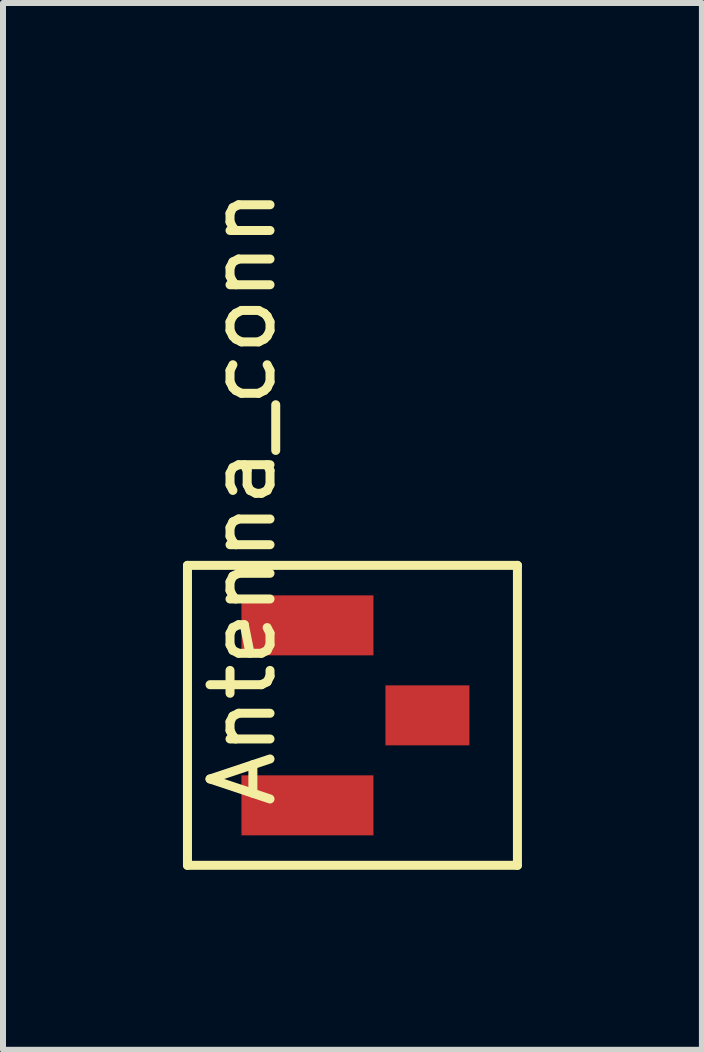
<source format=kicad_pcb>
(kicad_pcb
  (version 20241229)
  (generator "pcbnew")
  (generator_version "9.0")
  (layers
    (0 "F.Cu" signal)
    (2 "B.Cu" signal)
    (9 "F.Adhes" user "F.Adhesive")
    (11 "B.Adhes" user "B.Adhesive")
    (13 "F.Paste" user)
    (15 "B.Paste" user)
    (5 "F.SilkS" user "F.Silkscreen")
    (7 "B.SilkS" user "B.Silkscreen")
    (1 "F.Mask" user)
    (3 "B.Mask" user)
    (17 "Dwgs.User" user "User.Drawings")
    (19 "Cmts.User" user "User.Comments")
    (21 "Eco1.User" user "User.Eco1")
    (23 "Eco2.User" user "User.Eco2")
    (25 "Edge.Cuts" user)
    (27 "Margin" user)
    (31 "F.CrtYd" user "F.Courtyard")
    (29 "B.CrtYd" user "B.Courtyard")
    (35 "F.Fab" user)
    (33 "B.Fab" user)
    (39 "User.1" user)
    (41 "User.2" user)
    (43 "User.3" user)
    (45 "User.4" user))
  (footprint "Antenna_conn"
    (layer "F.Cu")
    (at 2.075 8.874)
    (property "Reference" "Antenna_conn" (at -1.079 -3.63 90) (layer "F.SilkS") (effects (font (size 1 1) (thickness 0.15))))
    (attr through_hole)
    (fp_line (start -2 -2.5) (end 3.5 -2.5) (stroke (width 0.15) (type solid)) (layer "F.SilkS"))
    (fp_line (start -2 2.5) (end -2 -2.5) (stroke (width 0.15) (type solid)) (layer "F.SilkS"))
    (fp_line (start 3.5 -2.5) (end 3.5 2.5) (stroke (width 0.15) (type solid)) (layer "F.SilkS"))
    (fp_line (start 3.5 2.5) (end -2 2.5) (stroke (width 0.15) (type solid)) (layer "F.SilkS"))
    (pad "1" smd rect (at 0 1.5) (size 2.2 1) (layers "F.Cu" "F.Mask" "F.Paste"))
    (pad "2" smd rect (at 2 0) (size 1.4 1) (layers "F.Cu" "F.Mask" "F.Paste"))
    (pad "3" smd rect (at 0 -1.5) (size 2.2 1) (layers "F.Cu" "F.Mask" "F.Paste")))
  (gr_rect
    (start -3 -3)
    (end 8.65 14.449)
    (stroke (width 0.1) (type default))
    (fill no)
    (layer "Edge.Cuts")))
</source>
